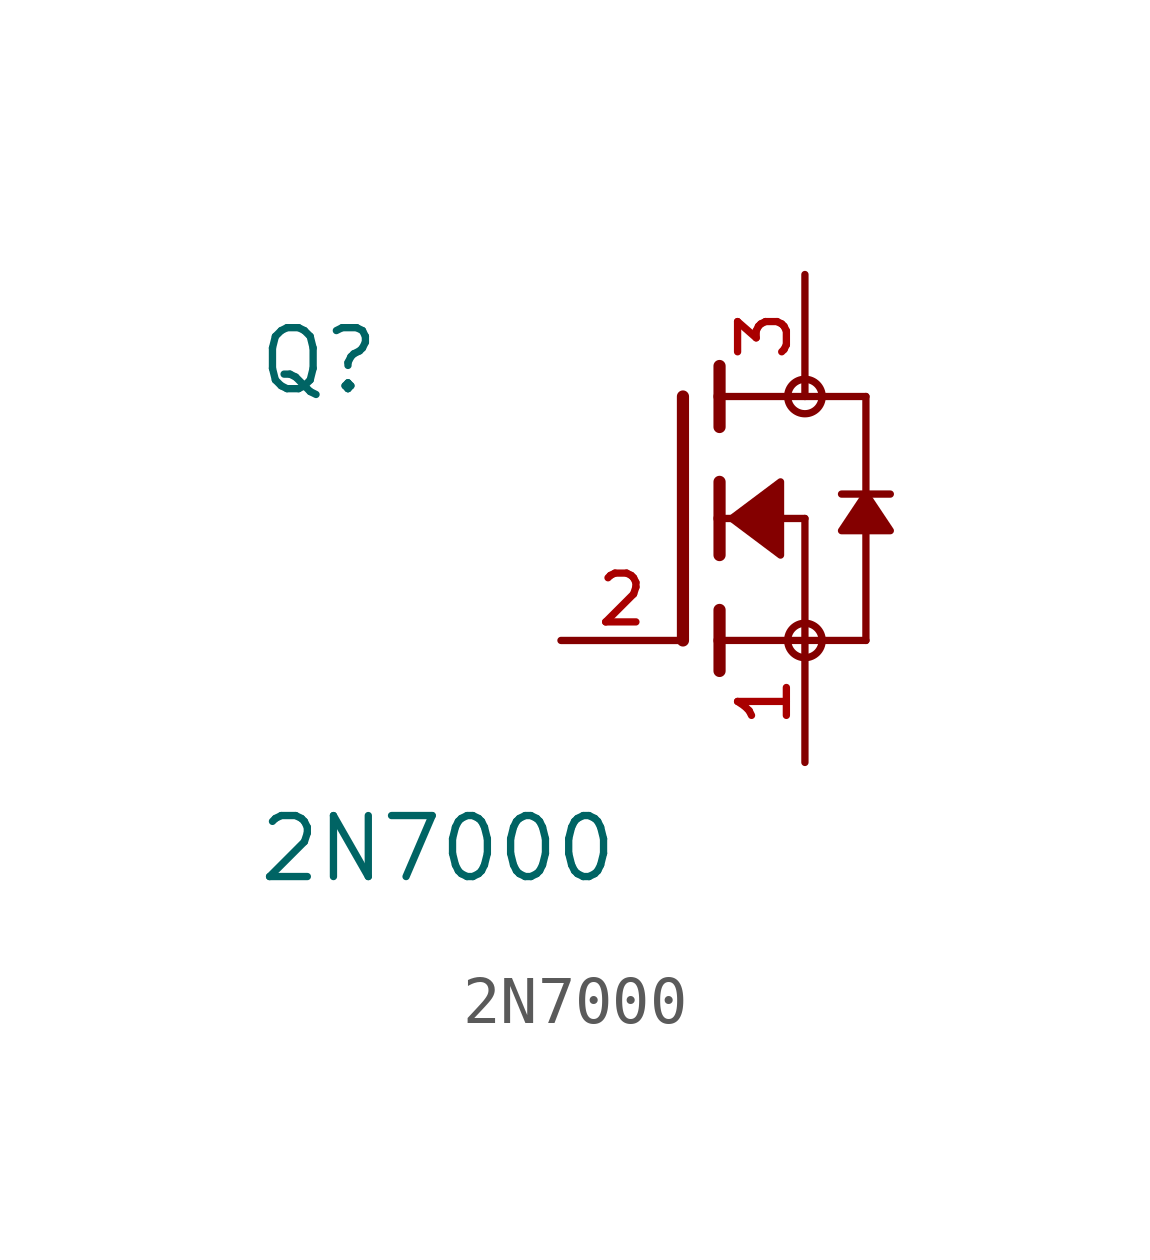
<source format=kicad_sym>
(kicad_symbol_lib
  (version 20211014)
  (generator kicad_symbol_editor)
  (symbol "2N7000"
    (pin_names
      (offset 1.016))
    (property "Reference" "Q"
      (at -8.89 2.54 0)
      (effects (font (size 1.27 1.27)) (justify bottom left)))
    (property "Value" "2N7000"
      (at -8.89 -7.62 0)
      (effects (font (size 1.27 1.27)) (justify bottom left)))
    (symbol "2N7000_0_0"
      (polyline (pts (xy 0.762 0.762) (xy 0.762 0.0)) (stroke (width 0.254)))
      (polyline (pts (xy 0.762 0.0) (xy 0.762 -0.762)) (stroke (width 0.254)))
      (polyline (pts (xy 0.762 3.175) (xy 0.762 2.54)) (stroke (width 0.254)))
      (polyline (pts (xy 0.762 2.54) (xy 0.762 1.905)) (stroke (width 0.254)))
      (polyline (pts (xy 0.762 0.0) (xy 2.54 0.0)) (stroke (width 0.152)))
      (polyline (pts (xy 2.54 0.0) (xy 2.54 -2.54)) (stroke (width 0.152)))
      (polyline (pts (xy 0.762 -1.905) (xy 0.762 -2.54)) (stroke (width 0.254)))
      (polyline (pts (xy 0.762 -2.54) (xy 0.762 -3.175)) (stroke (width 0.254)))
      (polyline (pts (xy 0.0 2.54) (xy 0.0 -2.54)) (stroke (width 0.254)))
      (polyline (pts (xy 2.54 -2.54) (xy 0.762 -2.54)) (stroke (width 0.152)))
      (polyline (pts (xy 3.81 2.54) (xy 3.81 0.508)) (stroke (width 0.152)))
      (polyline (pts (xy 3.81 0.508) (xy 3.81 -2.54)) (stroke (width 0.152)))
      (polyline (pts (xy 2.54 -2.54) (xy 3.81 -2.54)) (stroke (width 0.152)))
      (polyline (pts (xy 0.762 2.54) (xy 3.81 2.54)) (stroke (width 0.152)))
      (polyline (pts (xy 4.318 0.508) (xy 3.81 0.508)) (stroke (width 0.152)))
      (polyline (pts (xy 3.81 0.508) (xy 3.302 0.508)) (stroke (width 0.152)))
      (circle (center 2.54 -2.54) (radius 0.359) (stroke (width 0.0)) (fill (type none)))
      (circle (center 2.54 2.54) (radius 0.359) (stroke (width 0.0)) (fill (type none)))
      (polyline (pts (xy 3.81 0.508) (xy 3.302 -0.254) (xy 4.318 -0.254) (xy 3.81 0.508)) (stroke (width 0.152)) (fill (type outline)))
      (polyline (pts (xy 1.016 0.0) (xy 2.032 0.762) (xy 2.032 -0.762) (xy 1.016 0.0)) (stroke (width 0.152)) (fill (type outline)))
      (pin passive line (at 2.54 -5.08 90.0) (length 2.54) (name "~" (effects (font (size 1.016 1.016)))) (number "1" (effects (font (size 1.016 1.016)))))
      (pin passive line (at -2.54 -2.54 0) (length 2.54) (name "~" (effects (font (size 1.016 1.016)))) (number "2" (effects (font (size 1.016 1.016)))))
      (pin passive line (at 2.54 5.08 270.0) (length 2.54) (name "~" (effects (font (size 1.016 1.016)))) (number "3" (effects (font (size 1.016 1.016))))))))
</source>
